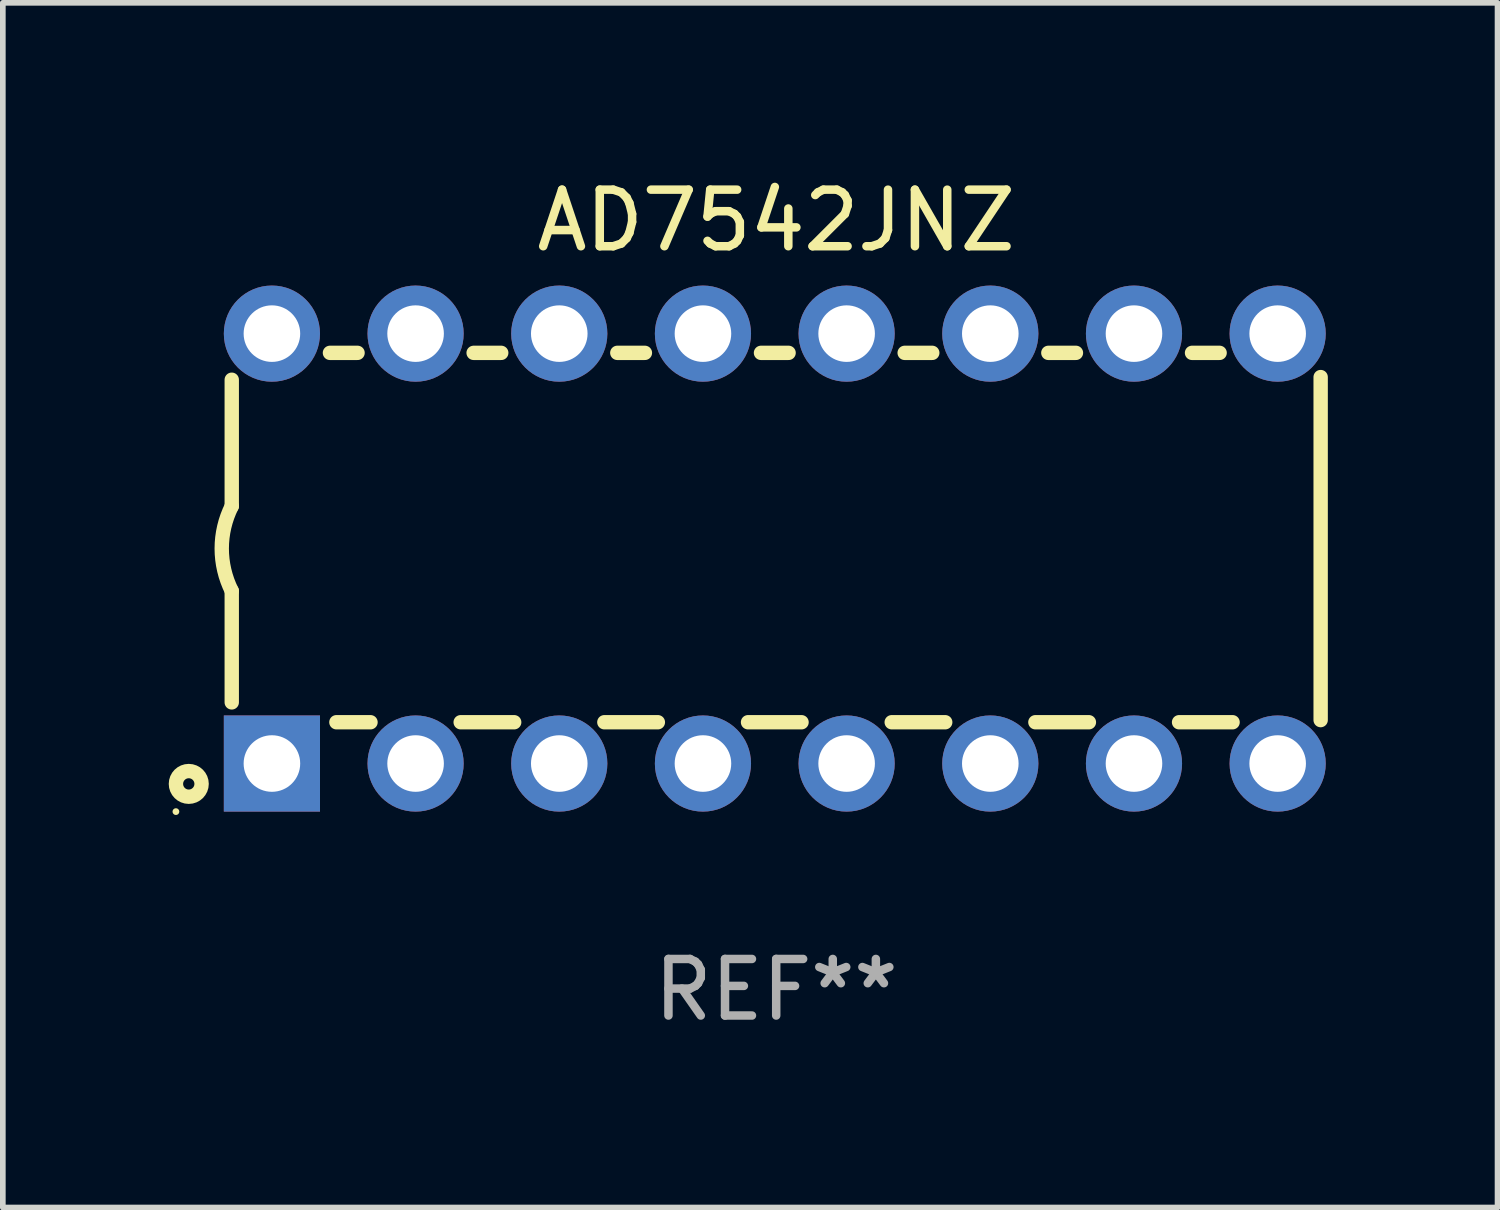
<source format=kicad_pcb>
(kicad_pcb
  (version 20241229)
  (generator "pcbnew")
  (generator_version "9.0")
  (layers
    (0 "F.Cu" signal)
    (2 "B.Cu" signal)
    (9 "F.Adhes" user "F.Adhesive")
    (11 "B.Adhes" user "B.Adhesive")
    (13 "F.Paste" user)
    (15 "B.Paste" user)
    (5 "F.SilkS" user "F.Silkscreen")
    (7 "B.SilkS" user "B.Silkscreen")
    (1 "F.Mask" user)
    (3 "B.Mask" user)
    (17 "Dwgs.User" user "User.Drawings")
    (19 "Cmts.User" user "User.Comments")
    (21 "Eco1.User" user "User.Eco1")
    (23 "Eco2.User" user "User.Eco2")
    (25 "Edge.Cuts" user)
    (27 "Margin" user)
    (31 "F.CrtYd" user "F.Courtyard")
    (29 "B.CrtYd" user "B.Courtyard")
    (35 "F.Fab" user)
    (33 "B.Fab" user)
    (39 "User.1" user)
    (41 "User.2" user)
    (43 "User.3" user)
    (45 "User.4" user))
  (footprint "AD7542JNZ"
    (layer "F.Cu")
    (at 10.672 6.648)
    (property "Reference" "AD7542JNZ" (at 0 -5.8 0) (layer "F.SilkS") (effects (font (size 1 1) (thickness 0.15))))
    (attr through_hole)
    (fp_line (start -9.625 -0.75) (end -9.625 -2.985) (stroke (width 0.254) (type solid)) (layer "F.SilkS"))
    (fp_line (start -9.625 0.749) (end -9.625 2.719) (stroke (width 0.254) (type solid)) (layer "F.SilkS"))
    (fp_line (start -7.889 -3.46) (end -7.401 -3.46) (stroke (width 0.254) (type solid)) (layer "F.SilkS"))
    (fp_line (start -7.775 3.07) (end -7.172 3.07) (stroke (width 0.254) (type solid)) (layer "F.SilkS"))
    (fp_line (start -5.578 3.07) (end -4.632 3.07) (stroke (width 0.254) (type solid)) (layer "F.SilkS"))
    (fp_line (start -5.349 -3.46) (end -4.861 -3.46) (stroke (width 0.254) (type solid)) (layer "F.SilkS"))
    (fp_line (start -3.038 3.07) (end -2.092 3.07) (stroke (width 0.254) (type solid)) (layer "F.SilkS"))
    (fp_line (start -2.809 -3.46) (end -2.321 -3.46) (stroke (width 0.254) (type solid)) (layer "F.SilkS"))
    (fp_line (start -0.498 3.07) (end 0.448 3.07) (stroke (width 0.254) (type solid)) (layer "F.SilkS"))
    (fp_line (start -0.269 -3.46) (end 0.219 -3.46) (stroke (width 0.254) (type solid)) (layer "F.SilkS"))
    (fp_line (start 2.042 3.07) (end 2.988 3.07) (stroke (width 0.254) (type solid)) (layer "F.SilkS"))
    (fp_line (start 2.271 -3.46) (end 2.759 -3.46) (stroke (width 0.254) (type solid)) (layer "F.SilkS"))
    (fp_line (start 4.582 3.07) (end 5.528 3.07) (stroke (width 0.254) (type solid)) (layer "F.SilkS"))
    (fp_line (start 4.811 -3.46) (end 5.299 -3.46) (stroke (width 0.254) (type solid)) (layer "F.SilkS"))
    (fp_line (start 7.122 3.07) (end 8.068 3.07) (stroke (width 0.254) (type solid)) (layer "F.SilkS"))
    (fp_line (start 7.351 -3.46) (end 7.839 -3.46) (stroke (width 0.254) (type solid)) (layer "F.SilkS"))
    (fp_line (start 9.625 3.032) (end 9.625 -3.032) (stroke (width 0.254) (type solid)) (layer "F.SilkS"))
    (fp_arc (start -9.62498 0.748819) (mid -9.801899 -0.000581) (end -9.625006 -0.749987) (stroke (width 0.254001) (type solid)) (layer "F.SilkS"))
    (fp_circle (center -10.612 4.65) (end -10.582 4.65) (stroke (width 0.06) (type solid)) (fill no) (layer "F.SilkS"))
    (fp_circle (center -10.385 4.16) (end -10.285 4.16) (stroke (width 0.254) (type solid)) (fill no) (layer "F.SilkS"))
    (fp_text user "REF**" (at 0 7.8 0) (layer "F.Fab") (effects (font (size 1 1) (thickness 0.15))))
    (pad "1" thru_hole rect (at -8.915 3.8 90) (size 1.7 1.7) (drill 1) (layers "*.Cu" "*.Mask"))
    (pad "2" thru_hole circle (at -6.375 3.8) (size 1.7 1.7) (drill 1) (layers "*.Cu" "*.Mask"))
    (pad "3" thru_hole circle (at -3.835 3.8) (size 1.7 1.7) (drill 1) (layers "*.Cu" "*.Mask"))
    (pad "4" thru_hole circle (at -1.295 3.8) (size 1.7 1.7) (drill 1) (layers "*.Cu" "*.Mask"))
    (pad "5" thru_hole circle (at 1.245 3.8) (size 1.7 1.7) (drill 1) (layers "*.Cu" "*.Mask"))
    (pad "6" thru_hole circle (at 3.785 3.8) (size 1.7 1.7) (drill 1) (layers "*.Cu" "*.Mask"))
    (pad "7" thru_hole circle (at 6.325 3.8) (size 1.7 1.7) (drill 1) (layers "*.Cu" "*.Mask"))
    (pad "8" thru_hole circle (at 8.865 3.8) (size 1.7 1.7) (drill 1) (layers "*.Cu" "*.Mask"))
    (pad "9" thru_hole circle (at 8.865 -3.8) (size 1.7 1.7) (drill 1) (layers "*.Cu" "*.Mask"))
    (pad "10" thru_hole circle (at 6.325 -3.8) (size 1.7 1.7) (drill 1) (layers "*.Cu" "*.Mask"))
    (pad "11" thru_hole circle (at 3.785 -3.8) (size 1.7 1.7) (drill 1) (layers "*.Cu" "*.Mask"))
    (pad "12" thru_hole circle (at 1.245 -3.8) (size 1.7 1.7) (drill 1) (layers "*.Cu" "*.Mask"))
    (pad "13" thru_hole circle (at -1.295 -3.8) (size 1.7 1.7) (drill 1) (layers "*.Cu" "*.Mask"))
    (pad "14" thru_hole circle (at -3.835 -3.8) (size 1.7 1.7) (drill 1) (layers "*.Cu" "*.Mask"))
    (pad "15" thru_hole circle (at -6.375 -3.8) (size 1.7 1.7) (drill 1) (layers "*.Cu" "*.Mask"))
    (pad "16" thru_hole circle (at -8.915 -3.8) (size 1.7 1.7) (drill 1) (layers "*.Cu" "*.Mask")))
  (gr_rect
    (start -3 -3)
    (end 23.424 18.297)
    (stroke (width 0.1) (type default))
    (fill no)
    (layer "Edge.Cuts")))
</source>
